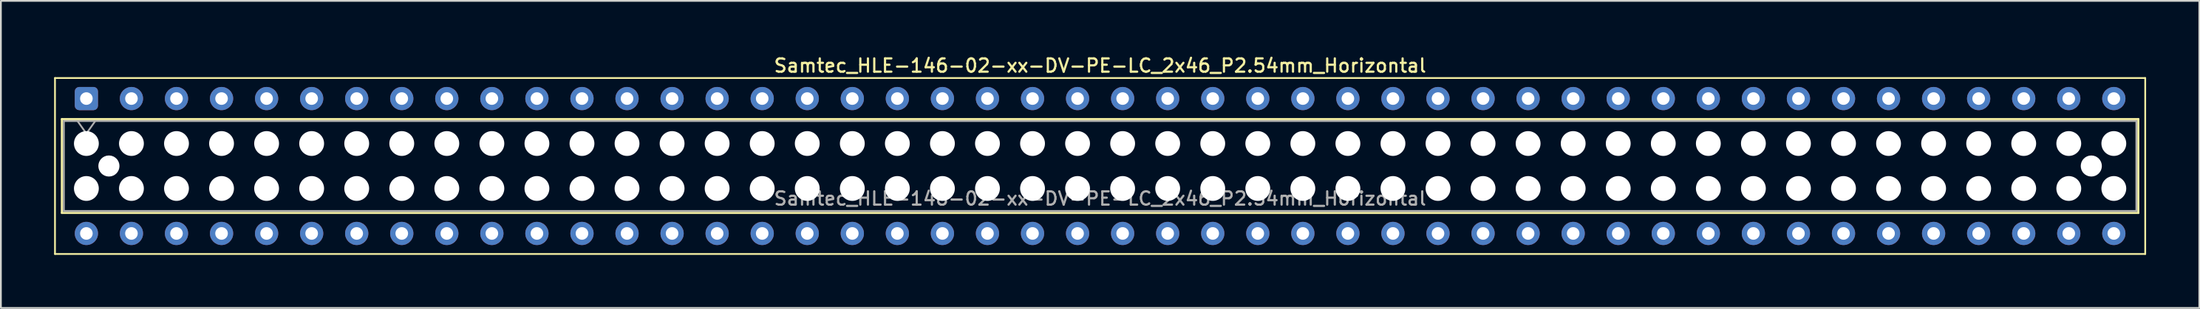
<source format=kicad_pcb>
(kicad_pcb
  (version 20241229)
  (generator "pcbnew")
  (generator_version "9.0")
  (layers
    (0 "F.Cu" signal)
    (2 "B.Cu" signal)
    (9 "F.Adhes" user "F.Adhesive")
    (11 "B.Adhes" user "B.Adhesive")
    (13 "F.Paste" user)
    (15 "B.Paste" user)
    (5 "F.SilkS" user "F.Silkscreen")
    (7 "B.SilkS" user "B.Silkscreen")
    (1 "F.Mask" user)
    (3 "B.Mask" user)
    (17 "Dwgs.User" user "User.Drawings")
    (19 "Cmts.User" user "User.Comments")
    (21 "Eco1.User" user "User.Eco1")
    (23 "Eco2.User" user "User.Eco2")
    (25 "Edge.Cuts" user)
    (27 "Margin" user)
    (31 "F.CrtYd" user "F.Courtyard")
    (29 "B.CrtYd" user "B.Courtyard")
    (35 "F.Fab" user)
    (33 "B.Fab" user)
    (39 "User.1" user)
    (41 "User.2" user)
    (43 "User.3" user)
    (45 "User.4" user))
  (footprint "Samtec_HLE-146-02-xx-DV-PE-LC_2x46_P2.54mm_Horizontal"
    (layer "F.Cu")
    (at 1.82 2.518)
    (property "Reference" "Samtec_HLE-146-02-xx-DV-PE-LC_2x46_P2.54mm_Horizontal" (at 57.15 -1.86 0) (layer "F.SilkS") (effects (font (size 0.75 0.75) (thickness 0.125))))
    (attr through_hole)
    (fp_line (start -1.77 -1.16) (end 116.07 -1.16) (stroke (width 0.1) (type solid)) (layer "F.SilkS"))
    (fp_line (start -1.77 8.78) (end -1.77 -1.16) (stroke (width 0.1) (type solid)) (layer "F.SilkS"))
    (fp_line (start -1.38 1.16) (end 115.68 1.16) (stroke (width 0.12) (type solid)) (layer "F.SilkS"))
    (fp_line (start -1.38 6.46) (end -1.38 1.16) (stroke (width 0.12) (type solid)) (layer "F.SilkS"))
    (fp_line (start 115.68 1.16) (end 115.68 6.46) (stroke (width 0.12) (type solid)) (layer "F.SilkS"))
    (fp_line (start 115.68 6.46) (end -1.38 6.46) (stroke (width 0.12) (type solid)) (layer "F.SilkS"))
    (fp_line (start 116.07 -1.16) (end 116.07 8.78) (stroke (width 0.1) (type solid)) (layer "F.SilkS"))
    (fp_line (start 116.07 8.78) (end -1.77 8.78) (stroke (width 0.1) (type solid)) (layer "F.SilkS"))
    (fp_line (start -1.27 1.27) (end 115.57 1.27) (stroke (width 0.1) (type solid)) (layer "F.Fab"))
    (fp_line (start -1.27 6.35) (end -1.27 1.27) (stroke (width 0.1) (type solid)) (layer "F.Fab"))
    (fp_line (start -0.5 1.27) (end 0 1.977) (stroke (width 0.1) (type solid)) (layer "F.Fab"))
    (fp_line (start 0 1.977) (end 0.5 1.27) (stroke (width 0.1) (type solid)) (layer "F.Fab"))
    (fp_line (start 115.57 1.27) (end 115.57 6.35) (stroke (width 0.1) (type solid)) (layer "F.Fab"))
    (fp_line (start 115.57 6.35) (end -1.27 6.35) (stroke (width 0.1) (type solid)) (layer "F.Fab"))
    (fp_text user "${REFERENCE}" (at 57.15 5.65 0) (layer "F.Fab") (effects (font (size 0.75 0.75) (thickness 0.125))))
    (pad "" np_thru_hole circle (at 0 2.54) (size 1.4 1.4) (drill 1.4) (layers "*.Cu" "*.Mask"))
    (pad "" np_thru_hole circle (at 0 5.08) (size 1.4 1.4) (drill 1.4) (layers "*.Cu" "*.Mask"))
    (pad "" np_thru_hole circle (at 1.27 3.81) (size 1.19 1.19) (drill 1.19) (layers "*.Cu" "*.Mask"))
    (pad "" np_thru_hole circle (at 2.54 2.54) (size 1.4 1.4) (drill 1.4) (layers "*.Cu" "*.Mask"))
    (pad "" np_thru_hole circle (at 2.54 5.08) (size 1.4 1.4) (drill 1.4) (layers "*.Cu" "*.Mask"))
    (pad "" np_thru_hole circle (at 5.08 2.54) (size 1.4 1.4) (drill 1.4) (layers "*.Cu" "*.Mask"))
    (pad "" np_thru_hole circle (at 5.08 5.08) (size 1.4 1.4) (drill 1.4) (layers "*.Cu" "*.Mask"))
    (pad "" np_thru_hole circle (at 7.62 2.54) (size 1.4 1.4) (drill 1.4) (layers "*.Cu" "*.Mask"))
    (pad "" np_thru_hole circle (at 7.62 5.08) (size 1.4 1.4) (drill 1.4) (layers "*.Cu" "*.Mask"))
    (pad "" np_thru_hole circle (at 10.16 2.54) (size 1.4 1.4) (drill 1.4) (layers "*.Cu" "*.Mask"))
    (pad "" np_thru_hole circle (at 10.16 5.08) (size 1.4 1.4) (drill 1.4) (layers "*.Cu" "*.Mask"))
    (pad "" np_thru_hole circle (at 12.7 2.54) (size 1.4 1.4) (drill 1.4) (layers "*.Cu" "*.Mask"))
    (pad "" np_thru_hole circle (at 12.7 5.08) (size 1.4 1.4) (drill 1.4) (layers "*.Cu" "*.Mask"))
    (pad "" np_thru_hole circle (at 15.24 2.54) (size 1.4 1.4) (drill 1.4) (layers "*.Cu" "*.Mask"))
    (pad "" np_thru_hole circle (at 15.24 5.08) (size 1.4 1.4) (drill 1.4) (layers "*.Cu" "*.Mask"))
    (pad "" np_thru_hole circle (at 17.78 2.54) (size 1.4 1.4) (drill 1.4) (layers "*.Cu" "*.Mask"))
    (pad "" np_thru_hole circle (at 17.78 5.08) (size 1.4 1.4) (drill 1.4) (layers "*.Cu" "*.Mask"))
    (pad "" np_thru_hole circle (at 20.32 2.54) (size 1.4 1.4) (drill 1.4) (layers "*.Cu" "*.Mask"))
    (pad "" np_thru_hole circle (at 20.32 5.08) (size 1.4 1.4) (drill 1.4) (layers "*.Cu" "*.Mask"))
    (pad "" np_thru_hole circle (at 22.86 2.54) (size 1.4 1.4) (drill 1.4) (layers "*.Cu" "*.Mask"))
    (pad "" np_thru_hole circle (at 22.86 5.08) (size 1.4 1.4) (drill 1.4) (layers "*.Cu" "*.Mask"))
    (pad "" np_thru_hole circle (at 25.4 2.54) (size 1.4 1.4) (drill 1.4) (layers "*.Cu" "*.Mask"))
    (pad "" np_thru_hole circle (at 25.4 5.08) (size 1.4 1.4) (drill 1.4) (layers "*.Cu" "*.Mask"))
    (pad "" np_thru_hole circle (at 27.94 2.54) (size 1.4 1.4) (drill 1.4) (layers "*.Cu" "*.Mask"))
    (pad "" np_thru_hole circle (at 27.94 5.08) (size 1.4 1.4) (drill 1.4) (layers "*.Cu" "*.Mask"))
    (pad "" np_thru_hole circle (at 30.48 2.54) (size 1.4 1.4) (drill 1.4) (layers "*.Cu" "*.Mask"))
    (pad "" np_thru_hole circle (at 30.48 5.08) (size 1.4 1.4) (drill 1.4) (layers "*.Cu" "*.Mask"))
    (pad "" np_thru_hole circle (at 33.02 2.54) (size 1.4 1.4) (drill 1.4) (layers "*.Cu" "*.Mask"))
    (pad "" np_thru_hole circle (at 33.02 5.08) (size 1.4 1.4) (drill 1.4) (layers "*.Cu" "*.Mask"))
    (pad "" np_thru_hole circle (at 35.56 2.54) (size 1.4 1.4) (drill 1.4) (layers "*.Cu" "*.Mask"))
    (pad "" np_thru_hole circle (at 35.56 5.08) (size 1.4 1.4) (drill 1.4) (layers "*.Cu" "*.Mask"))
    (pad "" np_thru_hole circle (at 38.1 2.54) (size 1.4 1.4) (drill 1.4) (layers "*.Cu" "*.Mask"))
    (pad "" np_thru_hole circle (at 38.1 5.08) (size 1.4 1.4) (drill 1.4) (layers "*.Cu" "*.Mask"))
    (pad "" np_thru_hole circle (at 40.64 2.54) (size 1.4 1.4) (drill 1.4) (layers "*.Cu" "*.Mask"))
    (pad "" np_thru_hole circle (at 40.64 5.08) (size 1.4 1.4) (drill 1.4) (layers "*.Cu" "*.Mask"))
    (pad "" np_thru_hole circle (at 43.18 2.54) (size 1.4 1.4) (drill 1.4) (layers "*.Cu" "*.Mask"))
    (pad "" np_thru_hole circle (at 43.18 5.08) (size 1.4 1.4) (drill 1.4) (layers "*.Cu" "*.Mask"))
    (pad "" np_thru_hole circle (at 45.72 2.54) (size 1.4 1.4) (drill 1.4) (layers "*.Cu" "*.Mask"))
    (pad "" np_thru_hole circle (at 45.72 5.08) (size 1.4 1.4) (drill 1.4) (layers "*.Cu" "*.Mask"))
    (pad "" np_thru_hole circle (at 48.26 2.54) (size 1.4 1.4) (drill 1.4) (layers "*.Cu" "*.Mask"))
    (pad "" np_thru_hole circle (at 48.26 5.08) (size 1.4 1.4) (drill 1.4) (layers "*.Cu" "*.Mask"))
    (pad "" np_thru_hole circle (at 50.8 2.54) (size 1.4 1.4) (drill 1.4) (layers "*.Cu" "*.Mask"))
    (pad "" np_thru_hole circle (at 50.8 5.08) (size 1.4 1.4) (drill 1.4) (layers "*.Cu" "*.Mask"))
    (pad "" np_thru_hole circle (at 53.34 2.54) (size 1.4 1.4) (drill 1.4) (layers "*.Cu" "*.Mask"))
    (pad "" np_thru_hole circle (at 53.34 5.08) (size 1.4 1.4) (drill 1.4) (layers "*.Cu" "*.Mask"))
    (pad "" np_thru_hole circle (at 55.88 2.54) (size 1.4 1.4) (drill 1.4) (layers "*.Cu" "*.Mask"))
    (pad "" np_thru_hole circle (at 55.88 5.08) (size 1.4 1.4) (drill 1.4) (layers "*.Cu" "*.Mask"))
    (pad "" np_thru_hole circle (at 58.42 2.54) (size 1.4 1.4) (drill 1.4) (layers "*.Cu" "*.Mask"))
    (pad "" np_thru_hole circle (at 58.42 5.08) (size 1.4 1.4) (drill 1.4) (layers "*.Cu" "*.Mask"))
    (pad "" np_thru_hole circle (at 60.96 2.54) (size 1.4 1.4) (drill 1.4) (layers "*.Cu" "*.Mask"))
    (pad "" np_thru_hole circle (at 60.96 5.08) (size 1.4 1.4) (drill 1.4) (layers "*.Cu" "*.Mask"))
    (pad "" np_thru_hole circle (at 63.5 2.54) (size 1.4 1.4) (drill 1.4) (layers "*.Cu" "*.Mask"))
    (pad "" np_thru_hole circle (at 63.5 5.08) (size 1.4 1.4) (drill 1.4) (layers "*.Cu" "*.Mask"))
    (pad "" np_thru_hole circle (at 66.04 2.54) (size 1.4 1.4) (drill 1.4) (layers "*.Cu" "*.Mask"))
    (pad "" np_thru_hole circle (at 66.04 5.08) (size 1.4 1.4) (drill 1.4) (layers "*.Cu" "*.Mask"))
    (pad "" np_thru_hole circle (at 68.58 2.54) (size 1.4 1.4) (drill 1.4) (layers "*.Cu" "*.Mask"))
    (pad "" np_thru_hole circle (at 68.58 5.08) (size 1.4 1.4) (drill 1.4) (layers "*.Cu" "*.Mask"))
    (pad "" np_thru_hole circle (at 71.12 2.54) (size 1.4 1.4) (drill 1.4) (layers "*.Cu" "*.Mask"))
    (pad "" np_thru_hole circle (at 71.12 5.08) (size 1.4 1.4) (drill 1.4) (layers "*.Cu" "*.Mask"))
    (pad "" np_thru_hole circle (at 73.66 2.54) (size 1.4 1.4) (drill 1.4) (layers "*.Cu" "*.Mask"))
    (pad "" np_thru_hole circle (at 73.66 5.08) (size 1.4 1.4) (drill 1.4) (layers "*.Cu" "*.Mask"))
    (pad "" np_thru_hole circle (at 76.2 2.54) (size 1.4 1.4) (drill 1.4) (layers "*.Cu" "*.Mask"))
    (pad "" np_thru_hole circle (at 76.2 5.08) (size 1.4 1.4) (drill 1.4) (layers "*.Cu" "*.Mask"))
    (pad "" np_thru_hole circle (at 78.74 2.54) (size 1.4 1.4) (drill 1.4) (layers "*.Cu" "*.Mask"))
    (pad "" np_thru_hole circle (at 78.74 5.08) (size 1.4 1.4) (drill 1.4) (layers "*.Cu" "*.Mask"))
    (pad "" np_thru_hole circle (at 81.28 2.54) (size 1.4 1.4) (drill 1.4) (layers "*.Cu" "*.Mask"))
    (pad "" np_thru_hole circle (at 81.28 5.08) (size 1.4 1.4) (drill 1.4) (layers "*.Cu" "*.Mask"))
    (pad "" np_thru_hole circle (at 83.82 2.54) (size 1.4 1.4) (drill 1.4) (layers "*.Cu" "*.Mask"))
    (pad "" np_thru_hole circle (at 83.82 5.08) (size 1.4 1.4) (drill 1.4) (layers "*.Cu" "*.Mask"))
    (pad "" np_thru_hole circle (at 86.36 2.54) (size 1.4 1.4) (drill 1.4) (layers "*.Cu" "*.Mask"))
    (pad "" np_thru_hole circle (at 86.36 5.08) (size 1.4 1.4) (drill 1.4) (layers "*.Cu" "*.Mask"))
    (pad "" np_thru_hole circle (at 88.9 2.54) (size 1.4 1.4) (drill 1.4) (layers "*.Cu" "*.Mask"))
    (pad "" np_thru_hole circle (at 88.9 5.08) (size 1.4 1.4) (drill 1.4) (layers "*.Cu" "*.Mask"))
    (pad "" np_thru_hole circle (at 91.44 2.54) (size 1.4 1.4) (drill 1.4) (layers "*.Cu" "*.Mask"))
    (pad "" np_thru_hole circle (at 91.44 5.08) (size 1.4 1.4) (drill 1.4) (layers "*.Cu" "*.Mask"))
    (pad "" np_thru_hole circle (at 93.98 2.54) (size 1.4 1.4) (drill 1.4) (layers "*.Cu" "*.Mask"))
    (pad "" np_thru_hole circle (at 93.98 5.08) (size 1.4 1.4) (drill 1.4) (layers "*.Cu" "*.Mask"))
    (pad "" np_thru_hole circle (at 96.52 2.54) (size 1.4 1.4) (drill 1.4) (layers "*.Cu" "*.Mask"))
    (pad "" np_thru_hole circle (at 96.52 5.08) (size 1.4 1.4) (drill 1.4) (layers "*.Cu" "*.Mask"))
    (pad "" np_thru_hole circle (at 99.06 2.54) (size 1.4 1.4) (drill 1.4) (layers "*.Cu" "*.Mask"))
    (pad "" np_thru_hole circle (at 99.06 5.08) (size 1.4 1.4) (drill 1.4) (layers "*.Cu" "*.Mask"))
    (pad "" np_thru_hole circle (at 101.6 2.54) (size 1.4 1.4) (drill 1.4) (layers "*.Cu" "*.Mask"))
    (pad "" np_thru_hole circle (at 101.6 5.08) (size 1.4 1.4) (drill 1.4) (layers "*.Cu" "*.Mask"))
    (pad "" np_thru_hole circle (at 104.14 2.54) (size 1.4 1.4) (drill 1.4) (layers "*.Cu" "*.Mask"))
    (pad "" np_thru_hole circle (at 104.14 5.08) (size 1.4 1.4) (drill 1.4) (layers "*.Cu" "*.Mask"))
    (pad "" np_thru_hole circle (at 106.68 2.54) (size 1.4 1.4) (drill 1.4) (layers "*.Cu" "*.Mask"))
    (pad "" np_thru_hole circle (at 106.68 5.08) (size 1.4 1.4) (drill 1.4) (layers "*.Cu" "*.Mask"))
    (pad "" np_thru_hole circle (at 109.22 2.54) (size 1.4 1.4) (drill 1.4) (layers "*.Cu" "*.Mask"))
    (pad "" np_thru_hole circle (at 109.22 5.08) (size 1.4 1.4) (drill 1.4) (layers "*.Cu" "*.Mask"))
    (pad "" np_thru_hole circle (at 111.76 2.54) (size 1.4 1.4) (drill 1.4) (layers "*.Cu" "*.Mask"))
    (pad "" np_thru_hole circle (at 111.76 5.08) (size 1.4 1.4) (drill 1.4) (layers "*.Cu" "*.Mask"))
    (pad "" np_thru_hole circle (at 113.03 3.81) (size 1.19 1.19) (drill 1.19) (layers "*.Cu" "*.Mask"))
    (pad "" np_thru_hole circle (at 114.3 2.54) (size 1.4 1.4) (drill 1.4) (layers "*.Cu" "*.Mask"))
    (pad "" np_thru_hole circle (at 114.3 5.08) (size 1.4 1.4) (drill 1.4) (layers "*.Cu" "*.Mask"))
    (pad "1" thru_hole roundrect (at 0 0) (size 1.31 1.31) (drill 0.71) (layers "*.Cu" "*.Mask") (roundrect_rratio 0.191))
    (pad "2" thru_hole circle (at 0 7.62) (size 1.31 1.31) (drill 0.71) (layers "*.Cu" "*.Mask"))
    (pad "3" thru_hole circle (at 2.54 0) (size 1.31 1.31) (drill 0.71) (layers "*.Cu" "*.Mask"))
    (pad "4" thru_hole circle (at 2.54 7.62) (size 1.31 1.31) (drill 0.71) (layers "*.Cu" "*.Mask"))
    (pad "5" thru_hole circle (at 5.08 0) (size 1.31 1.31) (drill 0.71) (layers "*.Cu" "*.Mask"))
    (pad "6" thru_hole circle (at 5.08 7.62) (size 1.31 1.31) (drill 0.71) (layers "*.Cu" "*.Mask"))
    (pad "7" thru_hole circle (at 7.62 0) (size 1.31 1.31) (drill 0.71) (layers "*.Cu" "*.Mask"))
    (pad "8" thru_hole circle (at 7.62 7.62) (size 1.31 1.31) (drill 0.71) (layers "*.Cu" "*.Mask"))
    (pad "9" thru_hole circle (at 10.16 0) (size 1.31 1.31) (drill 0.71) (layers "*.Cu" "*.Mask"))
    (pad "10" thru_hole circle (at 10.16 7.62) (size 1.31 1.31) (drill 0.71) (layers "*.Cu" "*.Mask"))
    (pad "11" thru_hole circle (at 12.7 0) (size 1.31 1.31) (drill 0.71) (layers "*.Cu" "*.Mask"))
    (pad "12" thru_hole circle (at 12.7 7.62) (size 1.31 1.31) (drill 0.71) (layers "*.Cu" "*.Mask"))
    (pad "13" thru_hole circle (at 15.24 0) (size 1.31 1.31) (drill 0.71) (layers "*.Cu" "*.Mask"))
    (pad "14" thru_hole circle (at 15.24 7.62) (size 1.31 1.31) (drill 0.71) (layers "*.Cu" "*.Mask"))
    (pad "15" thru_hole circle (at 17.78 0) (size 1.31 1.31) (drill 0.71) (layers "*.Cu" "*.Mask"))
    (pad "16" thru_hole circle (at 17.78 7.62) (size 1.31 1.31) (drill 0.71) (layers "*.Cu" "*.Mask"))
    (pad "17" thru_hole circle (at 20.32 0) (size 1.31 1.31) (drill 0.71) (layers "*.Cu" "*.Mask"))
    (pad "18" thru_hole circle (at 20.32 7.62) (size 1.31 1.31) (drill 0.71) (layers "*.Cu" "*.Mask"))
    (pad "19" thru_hole circle (at 22.86 0) (size 1.31 1.31) (drill 0.71) (layers "*.Cu" "*.Mask"))
    (pad "20" thru_hole circle (at 22.86 7.62) (size 1.31 1.31) (drill 0.71) (layers "*.Cu" "*.Mask"))
    (pad "21" thru_hole circle (at 25.4 0) (size 1.31 1.31) (drill 0.71) (layers "*.Cu" "*.Mask"))
    (pad "22" thru_hole circle (at 25.4 7.62) (size 1.31 1.31) (drill 0.71) (layers "*.Cu" "*.Mask"))
    (pad "23" thru_hole circle (at 27.94 0) (size 1.31 1.31) (drill 0.71) (layers "*.Cu" "*.Mask"))
    (pad "24" thru_hole circle (at 27.94 7.62) (size 1.31 1.31) (drill 0.71) (layers "*.Cu" "*.Mask"))
    (pad "25" thru_hole circle (at 30.48 0) (size 1.31 1.31) (drill 0.71) (layers "*.Cu" "*.Mask"))
    (pad "26" thru_hole circle (at 30.48 7.62) (size 1.31 1.31) (drill 0.71) (layers "*.Cu" "*.Mask"))
    (pad "27" thru_hole circle (at 33.02 0) (size 1.31 1.31) (drill 0.71) (layers "*.Cu" "*.Mask"))
    (pad "28" thru_hole circle (at 33.02 7.62) (size 1.31 1.31) (drill 0.71) (layers "*.Cu" "*.Mask"))
    (pad "29" thru_hole circle (at 35.56 0) (size 1.31 1.31) (drill 0.71) (layers "*.Cu" "*.Mask"))
    (pad "30" thru_hole circle (at 35.56 7.62) (size 1.31 1.31) (drill 0.71) (layers "*.Cu" "*.Mask"))
    (pad "31" thru_hole circle (at 38.1 0) (size 1.31 1.31) (drill 0.71) (layers "*.Cu" "*.Mask"))
    (pad "32" thru_hole circle (at 38.1 7.62) (size 1.31 1.31) (drill 0.71) (layers "*.Cu" "*.Mask"))
    (pad "33" thru_hole circle (at 40.64 0) (size 1.31 1.31) (drill 0.71) (layers "*.Cu" "*.Mask"))
    (pad "34" thru_hole circle (at 40.64 7.62) (size 1.31 1.31) (drill 0.71) (layers "*.Cu" "*.Mask"))
    (pad "35" thru_hole circle (at 43.18 0) (size 1.31 1.31) (drill 0.71) (layers "*.Cu" "*.Mask"))
    (pad "36" thru_hole circle (at 43.18 7.62) (size 1.31 1.31) (drill 0.71) (layers "*.Cu" "*.Mask"))
    (pad "37" thru_hole circle (at 45.72 0) (size 1.31 1.31) (drill 0.71) (layers "*.Cu" "*.Mask"))
    (pad "38" thru_hole circle (at 45.72 7.62) (size 1.31 1.31) (drill 0.71) (layers "*.Cu" "*.Mask"))
    (pad "39" thru_hole circle (at 48.26 0) (size 1.31 1.31) (drill 0.71) (layers "*.Cu" "*.Mask"))
    (pad "40" thru_hole circle (at 48.26 7.62) (size 1.31 1.31) (drill 0.71) (layers "*.Cu" "*.Mask"))
    (pad "41" thru_hole circle (at 50.8 0) (size 1.31 1.31) (drill 0.71) (layers "*.Cu" "*.Mask"))
    (pad "42" thru_hole circle (at 50.8 7.62) (size 1.31 1.31) (drill 0.71) (layers "*.Cu" "*.Mask"))
    (pad "43" thru_hole circle (at 53.34 0) (size 1.31 1.31) (drill 0.71) (layers "*.Cu" "*.Mask"))
    (pad "44" thru_hole circle (at 53.34 7.62) (size 1.31 1.31) (drill 0.71) (layers "*.Cu" "*.Mask"))
    (pad "45" thru_hole circle (at 55.88 0) (size 1.31 1.31) (drill 0.71) (layers "*.Cu" "*.Mask"))
    (pad "46" thru_hole circle (at 55.88 7.62) (size 1.31 1.31) (drill 0.71) (layers "*.Cu" "*.Mask"))
    (pad "47" thru_hole circle (at 58.42 0) (size 1.31 1.31) (drill 0.71) (layers "*.Cu" "*.Mask"))
    (pad "48" thru_hole circle (at 58.42 7.62) (size 1.31 1.31) (drill 0.71) (layers "*.Cu" "*.Mask"))
    (pad "49" thru_hole circle (at 60.96 0) (size 1.31 1.31) (drill 0.71) (layers "*.Cu" "*.Mask"))
    (pad "50" thru_hole circle (at 60.96 7.62) (size 1.31 1.31) (drill 0.71) (layers "*.Cu" "*.Mask"))
    (pad "51" thru_hole circle (at 63.5 0) (size 1.31 1.31) (drill 0.71) (layers "*.Cu" "*.Mask"))
    (pad "52" thru_hole circle (at 63.5 7.62) (size 1.31 1.31) (drill 0.71) (layers "*.Cu" "*.Mask"))
    (pad "53" thru_hole circle (at 66.04 0) (size 1.31 1.31) (drill 0.71) (layers "*.Cu" "*.Mask"))
    (pad "54" thru_hole circle (at 66.04 7.62) (size 1.31 1.31) (drill 0.71) (layers "*.Cu" "*.Mask"))
    (pad "55" thru_hole circle (at 68.58 0) (size 1.31 1.31) (drill 0.71) (layers "*.Cu" "*.Mask"))
    (pad "56" thru_hole circle (at 68.58 7.62) (size 1.31 1.31) (drill 0.71) (layers "*.Cu" "*.Mask"))
    (pad "57" thru_hole circle (at 71.12 0) (size 1.31 1.31) (drill 0.71) (layers "*.Cu" "*.Mask"))
    (pad "58" thru_hole circle (at 71.12 7.62) (size 1.31 1.31) (drill 0.71) (layers "*.Cu" "*.Mask"))
    (pad "59" thru_hole circle (at 73.66 0) (size 1.31 1.31) (drill 0.71) (layers "*.Cu" "*.Mask"))
    (pad "60" thru_hole circle (at 73.66 7.62) (size 1.31 1.31) (drill 0.71) (layers "*.Cu" "*.Mask"))
    (pad "61" thru_hole circle (at 76.2 0) (size 1.31 1.31) (drill 0.71) (layers "*.Cu" "*.Mask"))
    (pad "62" thru_hole circle (at 76.2 7.62) (size 1.31 1.31) (drill 0.71) (layers "*.Cu" "*.Mask"))
    (pad "63" thru_hole circle (at 78.74 0) (size 1.31 1.31) (drill 0.71) (layers "*.Cu" "*.Mask"))
    (pad "64" thru_hole circle (at 78.74 7.62) (size 1.31 1.31) (drill 0.71) (layers "*.Cu" "*.Mask"))
    (pad "65" thru_hole circle (at 81.28 0) (size 1.31 1.31) (drill 0.71) (layers "*.Cu" "*.Mask"))
    (pad "66" thru_hole circle (at 81.28 7.62) (size 1.31 1.31) (drill 0.71) (layers "*.Cu" "*.Mask"))
    (pad "67" thru_hole circle (at 83.82 0) (size 1.31 1.31) (drill 0.71) (layers "*.Cu" "*.Mask"))
    (pad "68" thru_hole circle (at 83.82 7.62) (size 1.31 1.31) (drill 0.71) (layers "*.Cu" "*.Mask"))
    (pad "69" thru_hole circle (at 86.36 0) (size 1.31 1.31) (drill 0.71) (layers "*.Cu" "*.Mask"))
    (pad "70" thru_hole circle (at 86.36 7.62) (size 1.31 1.31) (drill 0.71) (layers "*.Cu" "*.Mask"))
    (pad "71" thru_hole circle (at 88.9 0) (size 1.31 1.31) (drill 0.71) (layers "*.Cu" "*.Mask"))
    (pad "72" thru_hole circle (at 88.9 7.62) (size 1.31 1.31) (drill 0.71) (layers "*.Cu" "*.Mask"))
    (pad "73" thru_hole circle (at 91.44 0) (size 1.31 1.31) (drill 0.71) (layers "*.Cu" "*.Mask"))
    (pad "74" thru_hole circle (at 91.44 7.62) (size 1.31 1.31) (drill 0.71) (layers "*.Cu" "*.Mask"))
    (pad "75" thru_hole circle (at 93.98 0) (size 1.31 1.31) (drill 0.71) (layers "*.Cu" "*.Mask"))
    (pad "76" thru_hole circle (at 93.98 7.62) (size 1.31 1.31) (drill 0.71) (layers "*.Cu" "*.Mask"))
    (pad "77" thru_hole circle (at 96.52 0) (size 1.31 1.31) (drill 0.71) (layers "*.Cu" "*.Mask"))
    (pad "78" thru_hole circle (at 96.52 7.62) (size 1.31 1.31) (drill 0.71) (layers "*.Cu" "*.Mask"))
    (pad "79" thru_hole circle (at 99.06 0) (size 1.31 1.31) (drill 0.71) (layers "*.Cu" "*.Mask"))
    (pad "80" thru_hole circle (at 99.06 7.62) (size 1.31 1.31) (drill 0.71) (layers "*.Cu" "*.Mask"))
    (pad "81" thru_hole circle (at 101.6 0) (size 1.31 1.31) (drill 0.71) (layers "*.Cu" "*.Mask"))
    (pad "82" thru_hole circle (at 101.6 7.62) (size 1.31 1.31) (drill 0.71) (layers "*.Cu" "*.Mask"))
    (pad "83" thru_hole circle (at 104.14 0) (size 1.31 1.31) (drill 0.71) (layers "*.Cu" "*.Mask"))
    (pad "84" thru_hole circle (at 104.14 7.62) (size 1.31 1.31) (drill 0.71) (layers "*.Cu" "*.Mask"))
    (pad "85" thru_hole circle (at 106.68 0) (size 1.31 1.31) (drill 0.71) (layers "*.Cu" "*.Mask"))
    (pad "86" thru_hole circle (at 106.68 7.62) (size 1.31 1.31) (drill 0.71) (layers "*.Cu" "*.Mask"))
    (pad "87" thru_hole circle (at 109.22 0) (size 1.31 1.31) (drill 0.71) (layers "*.Cu" "*.Mask"))
    (pad "88" thru_hole circle (at 109.22 7.62) (size 1.31 1.31) (drill 0.71) (layers "*.Cu" "*.Mask"))
    (pad "89" thru_hole circle (at 111.76 0) (size 1.31 1.31) (drill 0.71) (layers "*.Cu" "*.Mask"))
    (pad "90" thru_hole circle (at 111.76 7.62) (size 1.31 1.31) (drill 0.71) (layers "*.Cu" "*.Mask"))
    (pad "91" thru_hole circle (at 114.3 0) (size 1.31 1.31) (drill 0.71) (layers "*.Cu" "*.Mask"))
    (pad "92" thru_hole circle (at 114.3 7.62) (size 1.31 1.31) (drill 0.71) (layers "*.Cu" "*.Mask")))
  (gr_rect
    (start -3 -3)
    (end 120.94 14.348)
    (stroke (width 0.1) (type default))
    (fill no)
    (layer "Edge.Cuts")))
</source>
